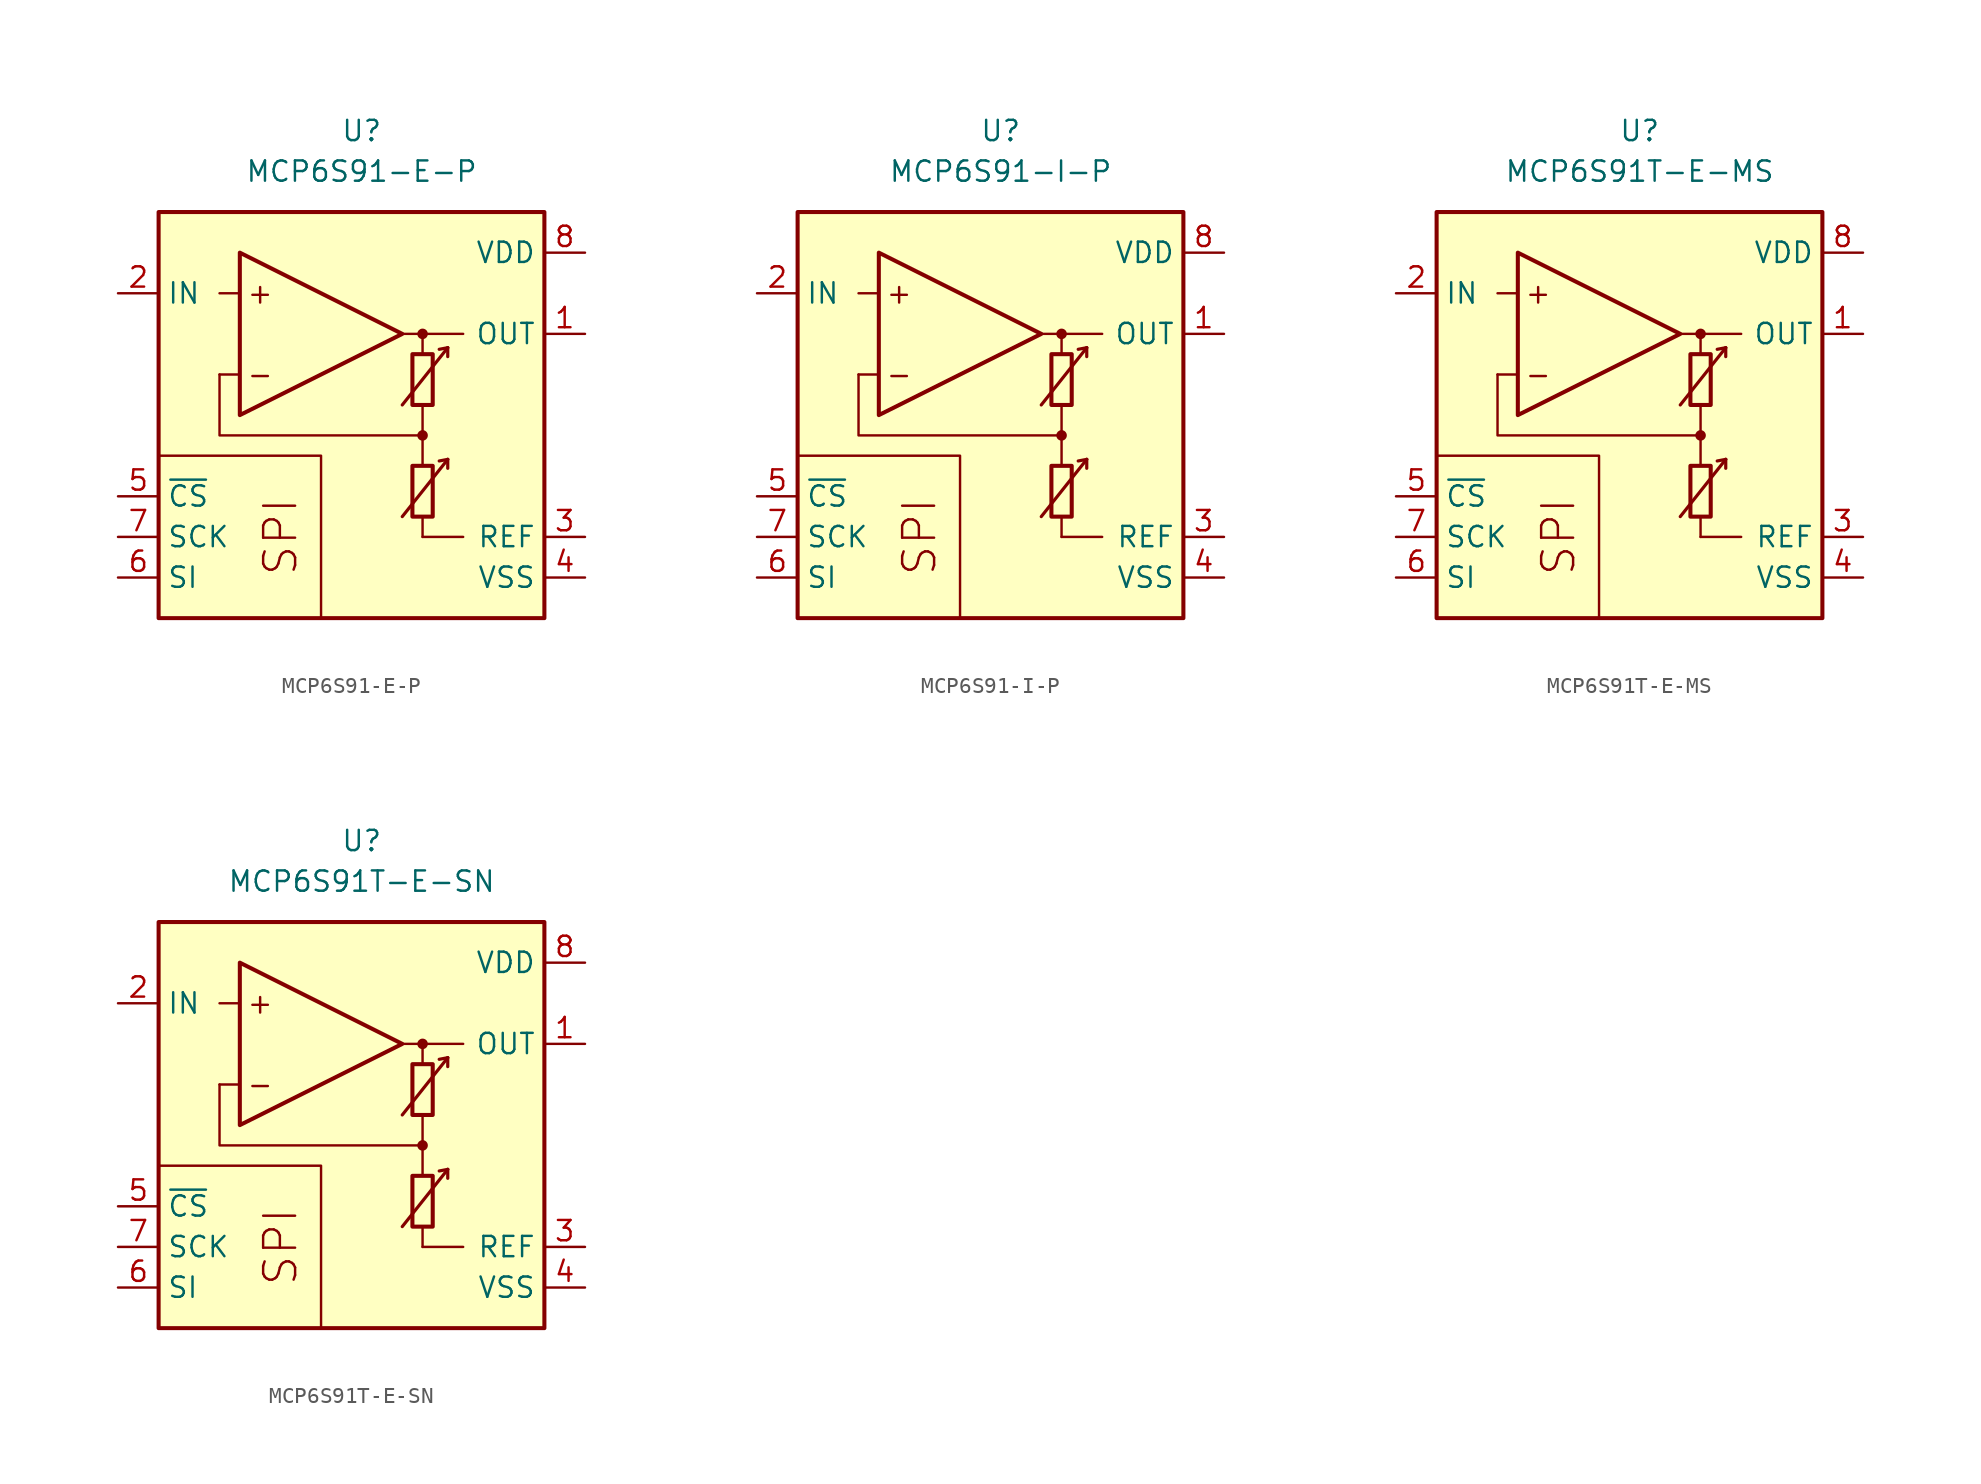
<source format=kicad_sym>
(kicad_symbol_lib
  (version 20211014)
  (generator kicad_symbol_editor)
  (symbol "MCP6S91-E-P"
    (property "Reference" "U"
      (at 0 17.78 0)
      (effects (font (size 1.27 1.27))))
    (property "Value" "MCP6S91-E-P"
      (at 0 15.24 0)
      (effects (font (size 1.27 1.27))))
    (symbol "MCP6S91-E-P_0_0"
      (rectangle (start -12.7 12.7) (end 11.43 -12.7) (stroke (width 0.254) (type default) (color 0 0 0 0)) (fill (type background)))
      (polyline (pts (xy 3.81 -3.81)) (stroke (width 0.152) (type default) (color 0 0 0 0)) (fill (type none)))
      (polyline (pts (xy 3.81 3.81)) (stroke (width 0.152) (type default) (color 0 0 0 0)) (fill (type none)))
      (polyline (pts (xy -7.62 2.54) (xy -8.89 2.54)) (stroke (width 0.152) (type default) (color 0 0 0 0)) (fill (type none)))
      (polyline (pts (xy -7.62 7.62) (xy -8.89 7.62)) (stroke (width 0.152) (type default) (color 0 0 0 0)) (fill (type none)))
      (polyline (pts (xy 2.54 5.08) (xy 6.35 5.08)) (stroke (width 0.152) (type default) (color 0 0 0 0)) (fill (type none)))
      (polyline (pts (xy 3.81 -6.35) (xy 3.81 -7.62)) (stroke (width 0.152) (type default) (color 0 0 0 0)) (fill (type none)))
      (polyline (pts (xy 3.81 -1.27) (xy 3.81 -3.175)) (stroke (width 0.152) (type default) (color 0 0 0 0)) (fill (type none)))
      (polyline (pts (xy 3.81 0.635) (xy 3.81 -1.27)) (stroke (width 0.152) (type default) (color 0 0 0 0)) (fill (type none)))
      (polyline (pts (xy 3.81 5.08) (xy 3.81 3.81)) (stroke (width 0.152) (type default) (color 0 0 0 0)) (fill (type none)))
      (polyline (pts (xy -2.54 -12.7) (xy -2.54 -2.54) (xy -12.7 -2.54)) (stroke (width 0.152) (type default) (color 0 0 0 0)) (fill (type none)))
      (polyline (pts (xy 3.81 -1.27) (xy -8.89 -1.27) (xy -8.89 2.54)) (stroke (width 0.152) (type default) (color 0 0 0 0)) (fill (type none)))
      (circle (center 3.81 -1.27) (radius 0.254) (stroke (width 0.152) (type default) (color 0 0 0 0)) (fill (type outline)))
      (circle (center 3.81 5.08) (radius 0.254) (stroke (width 0.152) (type default) (color 0 0 0 0)) (fill (type outline)))
      (text "+" (at -6.35 7.62 0) (effects (font (size 1.27 1.27))))
      (text "-" (at -6.35 2.54 0) (effects (font (size 1.27 1.27))))
      (text "SPI" (at -5.08 -7.62 900) (effects (font (size 2 2)))))
    (symbol "MCP6S91-E-P_0_1"
      (polyline (pts (xy 3.81 -7.62) (xy 6.35 -7.62)) (stroke (width 0) (type default) (color 0 0 0 0)) (fill (type none)))
      (polyline (pts (xy 5.385 -2.769) (xy 4.851 -2.87)) (stroke (width 0.2) (type default) (color 0 0 0 0)) (fill (type none)))
      (polyline (pts (xy 5.385 -2.769) (xy 5.385 -3.327)) (stroke (width 0.2) (type default) (color 0 0 0 0)) (fill (type none)))
      (polyline (pts (xy 5.385 4.216) (xy 4.851 4.115)) (stroke (width 0.2) (type default) (color 0 0 0 0)) (fill (type none)))
      (polyline (pts (xy 5.385 4.216) (xy 5.385 3.658)) (stroke (width 0.2) (type default) (color 0 0 0 0)) (fill (type none)))
      (polyline (pts (xy -7.62 10.16) (xy -7.62 0) (xy 2.54 5.08) (xy -7.62 10.16)) (stroke (width 0.254) (type default) (color 0 0 0 0)) (fill (type background)))
      (polyline (pts (xy 2.54 -6.35) (xy 5.385 -2.769) (xy 5.385 -2.769) (xy 5.385 -2.769)) (stroke (width 0.2) (type default) (color 0 0 0 0)) (fill (type none)))
      (polyline (pts (xy 2.54 0.635) (xy 5.385 4.216) (xy 5.385 4.216) (xy 5.385 4.216)) (stroke (width 0.2) (type default) (color 0 0 0 0)) (fill (type none)))
      (rectangle (start 3.175 -3.175) (end 4.445 -6.35) (stroke (width 0.254) (type default) (color 0 0 0 0)) (fill (type none)))
      (rectangle (start 3.175 3.81) (end 4.445 0.635) (stroke (width 0.254) (type default) (color 0 0 0 0)) (fill (type none))))
    (symbol "MCP6S91-E-P_1_1"
      (pin output line (at 13.97 5.08 180) (length 2.54) (name "OUT" (effects (font (size 1.27 1.27)))) (number "1" (effects (font (size 1.27 1.27)))))
      (pin input line (at -15.24 7.62 0) (length 2.54) (name "IN" (effects (font (size 1.27 1.27)))) (number "2" (effects (font (size 1.27 1.27)))))
      (pin passive line (at 13.97 -7.62 180) (length 2.54) (name "REF" (effects (font (size 1.27 1.27)))) (number "3" (effects (font (size 1.27 1.27)))))
      (pin power_in line (at 13.97 -10.16 180) (length 2.54) (name "VSS" (effects (font (size 1.27 1.27)))) (number "4" (effects (font (size 1.27 1.27)))))
      (pin input line (at -15.24 -5.08 0) (length 2.54) (name "~{CS}" (effects (font (size 1.27 1.27)))) (number "5" (effects (font (size 1.27 1.27)))))
      (pin input line (at -15.24 -10.16 0) (length 2.54) (name "SI" (effects (font (size 1.27 1.27)))) (number "6" (effects (font (size 1.27 1.27)))))
      (pin input line (at -15.24 -7.62 0) (length 2.54) (name "SCK" (effects (font (size 1.27 1.27)))) (number "7" (effects (font (size 1.27 1.27)))))
      (pin power_in line (at 13.97 10.16 180) (length 2.54) (name "VDD" (effects (font (size 1.27 1.27)))) (number "8" (effects (font (size 1.27 1.27)))))))
  (symbol "MCP6S91-I-P"
    (property "Reference" "U"
      (at 0 17.78 0)
      (effects (font (size 1.27 1.27))))
    (property "Value" "MCP6S91-I-P"
      (at 0 15.24 0)
      (effects (font (size 1.27 1.27))))
    (symbol "MCP6S91-I-P_0_0"
      (rectangle (start -12.7 12.7) (end 11.43 -12.7) (stroke (width 0.254) (type default) (color 0 0 0 0)) (fill (type background)))
      (polyline (pts (xy 3.81 -3.81)) (stroke (width 0.152) (type default) (color 0 0 0 0)) (fill (type none)))
      (polyline (pts (xy 3.81 3.81)) (stroke (width 0.152) (type default) (color 0 0 0 0)) (fill (type none)))
      (polyline (pts (xy -7.62 2.54) (xy -8.89 2.54)) (stroke (width 0.152) (type default) (color 0 0 0 0)) (fill (type none)))
      (polyline (pts (xy -7.62 7.62) (xy -8.89 7.62)) (stroke (width 0.152) (type default) (color 0 0 0 0)) (fill (type none)))
      (polyline (pts (xy 2.54 5.08) (xy 6.35 5.08)) (stroke (width 0.152) (type default) (color 0 0 0 0)) (fill (type none)))
      (polyline (pts (xy 3.81 -6.35) (xy 3.81 -7.62)) (stroke (width 0.152) (type default) (color 0 0 0 0)) (fill (type none)))
      (polyline (pts (xy 3.81 -1.27) (xy 3.81 -3.175)) (stroke (width 0.152) (type default) (color 0 0 0 0)) (fill (type none)))
      (polyline (pts (xy 3.81 0.635) (xy 3.81 -1.27)) (stroke (width 0.152) (type default) (color 0 0 0 0)) (fill (type none)))
      (polyline (pts (xy 3.81 5.08) (xy 3.81 3.81)) (stroke (width 0.152) (type default) (color 0 0 0 0)) (fill (type none)))
      (polyline (pts (xy -2.54 -12.7) (xy -2.54 -2.54) (xy -12.7 -2.54)) (stroke (width 0.152) (type default) (color 0 0 0 0)) (fill (type none)))
      (polyline (pts (xy 3.81 -1.27) (xy -8.89 -1.27) (xy -8.89 2.54)) (stroke (width 0.152) (type default) (color 0 0 0 0)) (fill (type none)))
      (circle (center 3.81 -1.27) (radius 0.254) (stroke (width 0.152) (type default) (color 0 0 0 0)) (fill (type outline)))
      (circle (center 3.81 5.08) (radius 0.254) (stroke (width 0.152) (type default) (color 0 0 0 0)) (fill (type outline)))
      (text "+" (at -6.35 7.62 0) (effects (font (size 1.27 1.27))))
      (text "-" (at -6.35 2.54 0) (effects (font (size 1.27 1.27))))
      (text "SPI" (at -5.08 -7.62 900) (effects (font (size 2 2)))))
    (symbol "MCP6S91-I-P_0_1"
      (polyline (pts (xy 3.81 -7.62) (xy 6.35 -7.62)) (stroke (width 0) (type default) (color 0 0 0 0)) (fill (type none)))
      (polyline (pts (xy 5.385 -2.769) (xy 4.851 -2.87)) (stroke (width 0.2) (type default) (color 0 0 0 0)) (fill (type none)))
      (polyline (pts (xy 5.385 -2.769) (xy 5.385 -3.327)) (stroke (width 0.2) (type default) (color 0 0 0 0)) (fill (type none)))
      (polyline (pts (xy 5.385 4.216) (xy 4.851 4.115)) (stroke (width 0.2) (type default) (color 0 0 0 0)) (fill (type none)))
      (polyline (pts (xy 5.385 4.216) (xy 5.385 3.658)) (stroke (width 0.2) (type default) (color 0 0 0 0)) (fill (type none)))
      (polyline (pts (xy -7.62 10.16) (xy -7.62 0) (xy 2.54 5.08) (xy -7.62 10.16)) (stroke (width 0.254) (type default) (color 0 0 0 0)) (fill (type background)))
      (polyline (pts (xy 2.54 -6.35) (xy 5.385 -2.769) (xy 5.385 -2.769) (xy 5.385 -2.769)) (stroke (width 0.2) (type default) (color 0 0 0 0)) (fill (type none)))
      (polyline (pts (xy 2.54 0.635) (xy 5.385 4.216) (xy 5.385 4.216) (xy 5.385 4.216)) (stroke (width 0.2) (type default) (color 0 0 0 0)) (fill (type none)))
      (rectangle (start 3.175 -3.175) (end 4.445 -6.35) (stroke (width 0.254) (type default) (color 0 0 0 0)) (fill (type none)))
      (rectangle (start 3.175 3.81) (end 4.445 0.635) (stroke (width 0.254) (type default) (color 0 0 0 0)) (fill (type none))))
    (symbol "MCP6S91-I-P_1_1"
      (pin output line (at 13.97 5.08 180) (length 2.54) (name "OUT" (effects (font (size 1.27 1.27)))) (number "1" (effects (font (size 1.27 1.27)))))
      (pin input line (at -15.24 7.62 0) (length 2.54) (name "IN" (effects (font (size 1.27 1.27)))) (number "2" (effects (font (size 1.27 1.27)))))
      (pin passive line (at 13.97 -7.62 180) (length 2.54) (name "REF" (effects (font (size 1.27 1.27)))) (number "3" (effects (font (size 1.27 1.27)))))
      (pin power_in line (at 13.97 -10.16 180) (length 2.54) (name "VSS" (effects (font (size 1.27 1.27)))) (number "4" (effects (font (size 1.27 1.27)))))
      (pin input line (at -15.24 -5.08 0) (length 2.54) (name "~{CS}" (effects (font (size 1.27 1.27)))) (number "5" (effects (font (size 1.27 1.27)))))
      (pin input line (at -15.24 -10.16 0) (length 2.54) (name "SI" (effects (font (size 1.27 1.27)))) (number "6" (effects (font (size 1.27 1.27)))))
      (pin input line (at -15.24 -7.62 0) (length 2.54) (name "SCK" (effects (font (size 1.27 1.27)))) (number "7" (effects (font (size 1.27 1.27)))))
      (pin power_in line (at 13.97 10.16 180) (length 2.54) (name "VDD" (effects (font (size 1.27 1.27)))) (number "8" (effects (font (size 1.27 1.27)))))))
  (symbol "MCP6S91T-E-MS"
    (property "Reference" "U"
      (at 0 17.78 0)
      (effects (font (size 1.27 1.27))))
    (property "Value" "MCP6S91T-E-MS"
      (at 0 15.24 0)
      (effects (font (size 1.27 1.27))))
    (symbol "MCP6S91T-E-MS_0_0"
      (rectangle (start -12.7 12.7) (end 11.43 -12.7) (stroke (width 0.254) (type default) (color 0 0 0 0)) (fill (type background)))
      (polyline (pts (xy 3.81 -3.81)) (stroke (width 0.152) (type default) (color 0 0 0 0)) (fill (type none)))
      (polyline (pts (xy 3.81 3.81)) (stroke (width 0.152) (type default) (color 0 0 0 0)) (fill (type none)))
      (polyline (pts (xy -7.62 2.54) (xy -8.89 2.54)) (stroke (width 0.152) (type default) (color 0 0 0 0)) (fill (type none)))
      (polyline (pts (xy -7.62 7.62) (xy -8.89 7.62)) (stroke (width 0.152) (type default) (color 0 0 0 0)) (fill (type none)))
      (polyline (pts (xy 2.54 5.08) (xy 6.35 5.08)) (stroke (width 0.152) (type default) (color 0 0 0 0)) (fill (type none)))
      (polyline (pts (xy 3.81 -6.35) (xy 3.81 -7.62)) (stroke (width 0.152) (type default) (color 0 0 0 0)) (fill (type none)))
      (polyline (pts (xy 3.81 -1.27) (xy 3.81 -3.175)) (stroke (width 0.152) (type default) (color 0 0 0 0)) (fill (type none)))
      (polyline (pts (xy 3.81 0.635) (xy 3.81 -1.27)) (stroke (width 0.152) (type default) (color 0 0 0 0)) (fill (type none)))
      (polyline (pts (xy 3.81 5.08) (xy 3.81 3.81)) (stroke (width 0.152) (type default) (color 0 0 0 0)) (fill (type none)))
      (polyline (pts (xy -2.54 -12.7) (xy -2.54 -2.54) (xy -12.7 -2.54)) (stroke (width 0.152) (type default) (color 0 0 0 0)) (fill (type none)))
      (polyline (pts (xy 3.81 -1.27) (xy -8.89 -1.27) (xy -8.89 2.54)) (stroke (width 0.152) (type default) (color 0 0 0 0)) (fill (type none)))
      (circle (center 3.81 -1.27) (radius 0.254) (stroke (width 0.152) (type default) (color 0 0 0 0)) (fill (type outline)))
      (circle (center 3.81 5.08) (radius 0.254) (stroke (width 0.152) (type default) (color 0 0 0 0)) (fill (type outline)))
      (text "+" (at -6.35 7.62 0) (effects (font (size 1.27 1.27))))
      (text "-" (at -6.35 2.54 0) (effects (font (size 1.27 1.27))))
      (text "SPI" (at -5.08 -7.62 900) (effects (font (size 2 2)))))
    (symbol "MCP6S91T-E-MS_0_1"
      (polyline (pts (xy 3.81 -7.62) (xy 6.35 -7.62)) (stroke (width 0) (type default) (color 0 0 0 0)) (fill (type none)))
      (polyline (pts (xy 5.385 -2.769) (xy 4.851 -2.87)) (stroke (width 0.2) (type default) (color 0 0 0 0)) (fill (type none)))
      (polyline (pts (xy 5.385 -2.769) (xy 5.385 -3.327)) (stroke (width 0.2) (type default) (color 0 0 0 0)) (fill (type none)))
      (polyline (pts (xy 5.385 4.216) (xy 4.851 4.115)) (stroke (width 0.2) (type default) (color 0 0 0 0)) (fill (type none)))
      (polyline (pts (xy 5.385 4.216) (xy 5.385 3.658)) (stroke (width 0.2) (type default) (color 0 0 0 0)) (fill (type none)))
      (polyline (pts (xy -7.62 10.16) (xy -7.62 0) (xy 2.54 5.08) (xy -7.62 10.16)) (stroke (width 0.254) (type default) (color 0 0 0 0)) (fill (type background)))
      (polyline (pts (xy 2.54 -6.35) (xy 5.385 -2.769) (xy 5.385 -2.769) (xy 5.385 -2.769)) (stroke (width 0.2) (type default) (color 0 0 0 0)) (fill (type none)))
      (polyline (pts (xy 2.54 0.635) (xy 5.385 4.216) (xy 5.385 4.216) (xy 5.385 4.216)) (stroke (width 0.2) (type default) (color 0 0 0 0)) (fill (type none)))
      (rectangle (start 3.175 -3.175) (end 4.445 -6.35) (stroke (width 0.254) (type default) (color 0 0 0 0)) (fill (type none)))
      (rectangle (start 3.175 3.81) (end 4.445 0.635) (stroke (width 0.254) (type default) (color 0 0 0 0)) (fill (type none))))
    (symbol "MCP6S91T-E-MS_1_1"
      (pin output line (at 13.97 5.08 180) (length 2.54) (name "OUT" (effects (font (size 1.27 1.27)))) (number "1" (effects (font (size 1.27 1.27)))))
      (pin input line (at -15.24 7.62 0) (length 2.54) (name "IN" (effects (font (size 1.27 1.27)))) (number "2" (effects (font (size 1.27 1.27)))))
      (pin passive line (at 13.97 -7.62 180) (length 2.54) (name "REF" (effects (font (size 1.27 1.27)))) (number "3" (effects (font (size 1.27 1.27)))))
      (pin power_in line (at 13.97 -10.16 180) (length 2.54) (name "VSS" (effects (font (size 1.27 1.27)))) (number "4" (effects (font (size 1.27 1.27)))))
      (pin input line (at -15.24 -5.08 0) (length 2.54) (name "~{CS}" (effects (font (size 1.27 1.27)))) (number "5" (effects (font (size 1.27 1.27)))))
      (pin input line (at -15.24 -10.16 0) (length 2.54) (name "SI" (effects (font (size 1.27 1.27)))) (number "6" (effects (font (size 1.27 1.27)))))
      (pin input line (at -15.24 -7.62 0) (length 2.54) (name "SCK" (effects (font (size 1.27 1.27)))) (number "7" (effects (font (size 1.27 1.27)))))
      (pin power_in line (at 13.97 10.16 180) (length 2.54) (name "VDD" (effects (font (size 1.27 1.27)))) (number "8" (effects (font (size 1.27 1.27)))))))
  (symbol "MCP6S91T-E-SN"
    (property "Reference" "U"
      (at 0 17.78 0)
      (effects (font (size 1.27 1.27))))
    (property "Value" "MCP6S91T-E-SN"
      (at 0 15.24 0)
      (effects (font (size 1.27 1.27))))
    (symbol "MCP6S91T-E-SN_0_0"
      (rectangle (start -12.7 12.7) (end 11.43 -12.7) (stroke (width 0.254) (type default) (color 0 0 0 0)) (fill (type background)))
      (polyline (pts (xy 3.81 -3.81)) (stroke (width 0.152) (type default) (color 0 0 0 0)) (fill (type none)))
      (polyline (pts (xy 3.81 3.81)) (stroke (width 0.152) (type default) (color 0 0 0 0)) (fill (type none)))
      (polyline (pts (xy -7.62 2.54) (xy -8.89 2.54)) (stroke (width 0.152) (type default) (color 0 0 0 0)) (fill (type none)))
      (polyline (pts (xy -7.62 7.62) (xy -8.89 7.62)) (stroke (width 0.152) (type default) (color 0 0 0 0)) (fill (type none)))
      (polyline (pts (xy 2.54 5.08) (xy 6.35 5.08)) (stroke (width 0.152) (type default) (color 0 0 0 0)) (fill (type none)))
      (polyline (pts (xy 3.81 -6.35) (xy 3.81 -7.62)) (stroke (width 0.152) (type default) (color 0 0 0 0)) (fill (type none)))
      (polyline (pts (xy 3.81 -1.27) (xy 3.81 -3.175)) (stroke (width 0.152) (type default) (color 0 0 0 0)) (fill (type none)))
      (polyline (pts (xy 3.81 0.635) (xy 3.81 -1.27)) (stroke (width 0.152) (type default) (color 0 0 0 0)) (fill (type none)))
      (polyline (pts (xy 3.81 5.08) (xy 3.81 3.81)) (stroke (width 0.152) (type default) (color 0 0 0 0)) (fill (type none)))
      (polyline (pts (xy -2.54 -12.7) (xy -2.54 -2.54) (xy -12.7 -2.54)) (stroke (width 0.152) (type default) (color 0 0 0 0)) (fill (type none)))
      (polyline (pts (xy 3.81 -1.27) (xy -8.89 -1.27) (xy -8.89 2.54)) (stroke (width 0.152) (type default) (color 0 0 0 0)) (fill (type none)))
      (circle (center 3.81 -1.27) (radius 0.254) (stroke (width 0.152) (type default) (color 0 0 0 0)) (fill (type outline)))
      (circle (center 3.81 5.08) (radius 0.254) (stroke (width 0.152) (type default) (color 0 0 0 0)) (fill (type outline)))
      (text "+" (at -6.35 7.62 0) (effects (font (size 1.27 1.27))))
      (text "-" (at -6.35 2.54 0) (effects (font (size 1.27 1.27))))
      (text "SPI" (at -5.08 -7.62 900) (effects (font (size 2 2)))))
    (symbol "MCP6S91T-E-SN_0_1"
      (polyline (pts (xy 3.81 -7.62) (xy 6.35 -7.62)) (stroke (width 0) (type default) (color 0 0 0 0)) (fill (type none)))
      (polyline (pts (xy 5.385 -2.769) (xy 4.851 -2.87)) (stroke (width 0.2) (type default) (color 0 0 0 0)) (fill (type none)))
      (polyline (pts (xy 5.385 -2.769) (xy 5.385 -3.327)) (stroke (width 0.2) (type default) (color 0 0 0 0)) (fill (type none)))
      (polyline (pts (xy 5.385 4.216) (xy 4.851 4.115)) (stroke (width 0.2) (type default) (color 0 0 0 0)) (fill (type none)))
      (polyline (pts (xy 5.385 4.216) (xy 5.385 3.658)) (stroke (width 0.2) (type default) (color 0 0 0 0)) (fill (type none)))
      (polyline (pts (xy -7.62 10.16) (xy -7.62 0) (xy 2.54 5.08) (xy -7.62 10.16)) (stroke (width 0.254) (type default) (color 0 0 0 0)) (fill (type background)))
      (polyline (pts (xy 2.54 -6.35) (xy 5.385 -2.769) (xy 5.385 -2.769) (xy 5.385 -2.769)) (stroke (width 0.2) (type default) (color 0 0 0 0)) (fill (type none)))
      (polyline (pts (xy 2.54 0.635) (xy 5.385 4.216) (xy 5.385 4.216) (xy 5.385 4.216)) (stroke (width 0.2) (type default) (color 0 0 0 0)) (fill (type none)))
      (rectangle (start 3.175 -3.175) (end 4.445 -6.35) (stroke (width 0.254) (type default) (color 0 0 0 0)) (fill (type none)))
      (rectangle (start 3.175 3.81) (end 4.445 0.635) (stroke (width 0.254) (type default) (color 0 0 0 0)) (fill (type none))))
    (symbol "MCP6S91T-E-SN_1_1"
      (pin output line (at 13.97 5.08 180) (length 2.54) (name "OUT" (effects (font (size 1.27 1.27)))) (number "1" (effects (font (size 1.27 1.27)))))
      (pin input line (at -15.24 7.62 0) (length 2.54) (name "IN" (effects (font (size 1.27 1.27)))) (number "2" (effects (font (size 1.27 1.27)))))
      (pin passive line (at 13.97 -7.62 180) (length 2.54) (name "REF" (effects (font (size 1.27 1.27)))) (number "3" (effects (font (size 1.27 1.27)))))
      (pin power_in line (at 13.97 -10.16 180) (length 2.54) (name "VSS" (effects (font (size 1.27 1.27)))) (number "4" (effects (font (size 1.27 1.27)))))
      (pin input line (at -15.24 -5.08 0) (length 2.54) (name "~{CS}" (effects (font (size 1.27 1.27)))) (number "5" (effects (font (size 1.27 1.27)))))
      (pin input line (at -15.24 -10.16 0) (length 2.54) (name "SI" (effects (font (size 1.27 1.27)))) (number "6" (effects (font (size 1.27 1.27)))))
      (pin input line (at -15.24 -7.62 0) (length 2.54) (name "SCK" (effects (font (size 1.27 1.27)))) (number "7" (effects (font (size 1.27 1.27)))))
      (pin power_in line (at 13.97 10.16 180) (length 2.54) (name "VDD" (effects (font (size 1.27 1.27)))) (number "8" (effects (font (size 1.27 1.27))))))))
</source>
